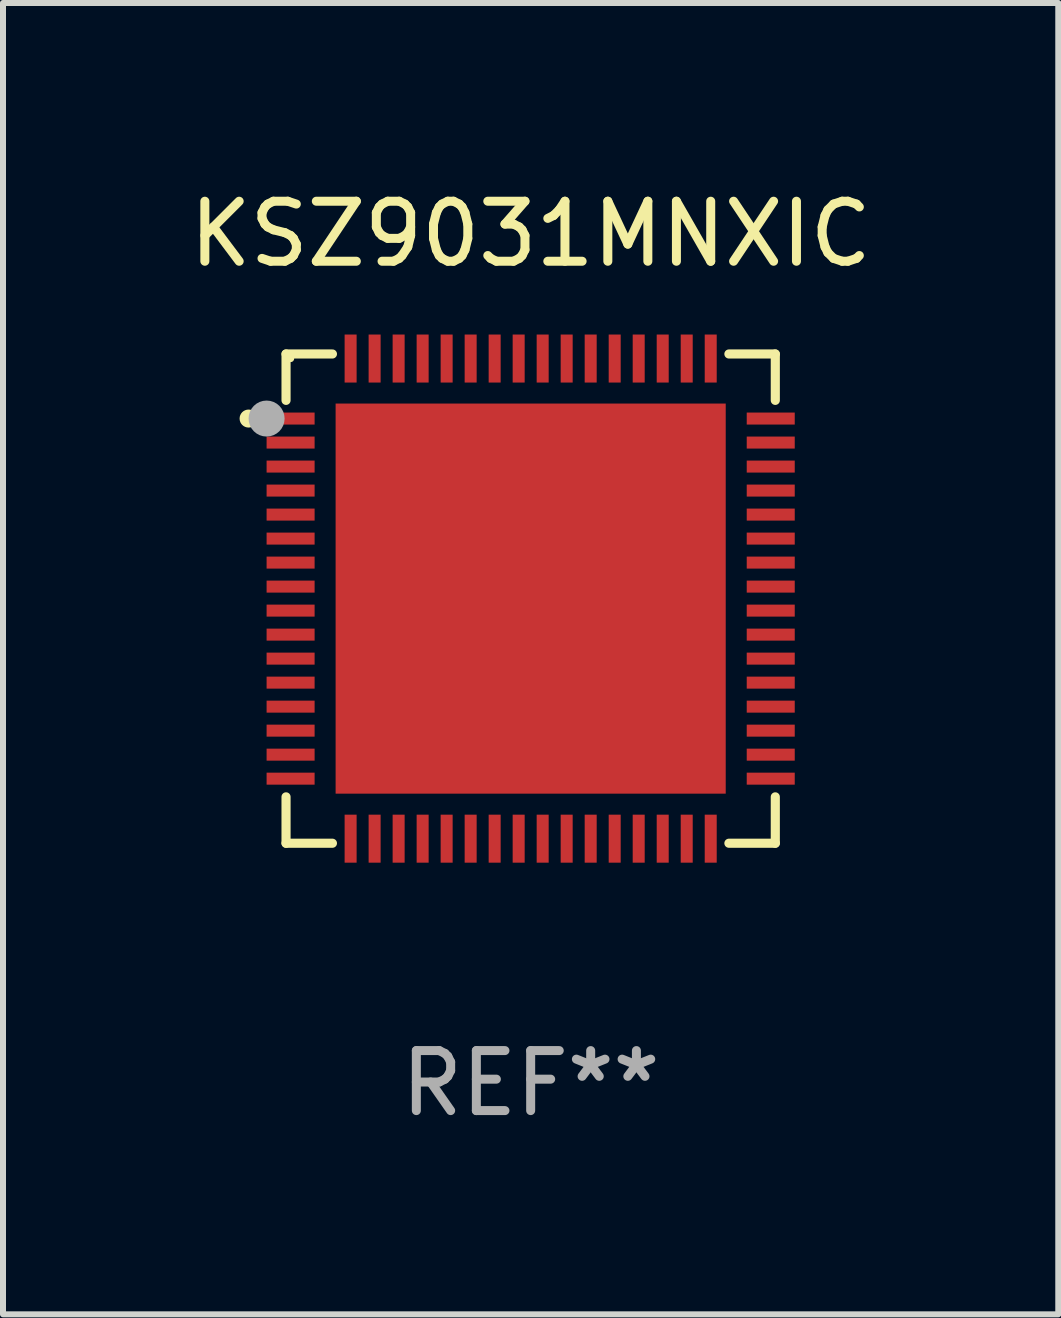
<source format=kicad_pcb>
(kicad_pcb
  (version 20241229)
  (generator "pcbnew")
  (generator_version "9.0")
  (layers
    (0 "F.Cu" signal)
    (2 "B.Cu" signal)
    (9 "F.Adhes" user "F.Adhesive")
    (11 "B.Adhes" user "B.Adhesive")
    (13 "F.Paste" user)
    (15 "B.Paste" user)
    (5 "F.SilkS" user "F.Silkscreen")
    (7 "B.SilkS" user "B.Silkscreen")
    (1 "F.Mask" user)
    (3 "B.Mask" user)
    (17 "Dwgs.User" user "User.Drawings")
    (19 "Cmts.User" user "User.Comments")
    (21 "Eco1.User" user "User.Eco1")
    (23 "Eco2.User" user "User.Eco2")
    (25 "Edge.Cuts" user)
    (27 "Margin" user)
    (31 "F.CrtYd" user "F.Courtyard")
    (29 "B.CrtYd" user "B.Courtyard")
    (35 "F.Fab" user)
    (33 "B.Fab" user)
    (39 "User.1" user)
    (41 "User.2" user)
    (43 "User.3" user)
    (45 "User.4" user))
  (footprint "KSZ9031MNXIC"
    (layer "F.Cu")
    (at 5.792 6.924)
    (property "Reference" "KSZ9031MNXIC" (at 0 -6.076 0) (layer "F.SilkS") (effects (font (size 1 1) (thickness 0.15))))
    (attr through_hole)
    (fp_line (start -4.076 -4.076) (end -3.303 -4.076) (stroke (width 0.152) (type solid)) (layer "F.SilkS"))
    (fp_line (start -4.076 -3.303) (end -4.076 -4.076) (stroke (width 0.152) (type solid)) (layer "F.SilkS"))
    (fp_line (start -4.076 3.303) (end -4.076 4.076) (stroke (width 0.152) (type solid)) (layer "F.SilkS"))
    (fp_line (start -4.076 4.076) (end -3.303 4.076) (stroke (width 0.152) (type solid)) (layer "F.SilkS"))
    (fp_line (start 4.076 -4.076) (end 3.303 -4.076) (stroke (width 0.152) (type solid)) (layer "F.SilkS"))
    (fp_line (start 4.076 -3.303) (end 4.076 -4.076) (stroke (width 0.152) (type solid)) (layer "F.SilkS"))
    (fp_line (start 4.076 3.303) (end 4.076 4.076) (stroke (width 0.152) (type solid)) (layer "F.SilkS"))
    (fp_line (start 4.076 4.076) (end 3.303 4.076) (stroke (width 0.152) (type solid)) (layer "F.SilkS"))
    (fp_circle (center -4.7 -3) (end -4.625 -3) (stroke (width 0.15) (type solid)) (fill no) (layer "F.SilkS"))
    (fp_circle (center -4 -4) (end -3.97 -4) (stroke (width 0.06) (type solid)) (fill no) (layer "F.SilkS"))
    (fp_circle (center -4.4 -3) (end -4.25 -3) (stroke (width 0.3) (type solid)) (fill no) (layer "F.Fab"))
    (fp_text user "REF**" (at 0 8.076 0) (layer "F.Fab") (effects (font (size 1 1) (thickness 0.15))))
    (pad "1" smd rect (at -4 -3) (size 0.8 0.2) (layers "F.Cu" "F.Mask" "F.Paste"))
    (pad "2" smd rect (at -4 -2.6) (size 0.8 0.2) (layers "F.Cu" "F.Mask" "F.Paste"))
    (pad "3" smd rect (at -4 -2.2) (size 0.8 0.2) (layers "F.Cu" "F.Mask" "F.Paste"))
    (pad "4" smd rect (at -4 -1.8) (size 0.8 0.2) (layers "F.Cu" "F.Mask" "F.Paste"))
    (pad "5" smd rect (at -4 -1.4) (size 0.8 0.2) (layers "F.Cu" "F.Mask" "F.Paste"))
    (pad "6" smd rect (at -4 -1) (size 0.8 0.2) (layers "F.Cu" "F.Mask" "F.Paste"))
    (pad "7" smd rect (at -4 -0.6) (size 0.8 0.2) (layers "F.Cu" "F.Mask" "F.Paste"))
    (pad "8" smd rect (at -4 -0.2) (size 0.8 0.2) (layers "F.Cu" "F.Mask" "F.Paste"))
    (pad "9" smd rect (at -4 0.2) (size 0.8 0.2) (layers "F.Cu" "F.Mask" "F.Paste"))
    (pad "10" smd rect (at -4 0.6) (size 0.8 0.2) (layers "F.Cu" "F.Mask" "F.Paste"))
    (pad "11" smd rect (at -4 1) (size 0.8 0.2) (layers "F.Cu" "F.Mask" "F.Paste"))
    (pad "12" smd rect (at -4 1.4) (size 0.8 0.2) (layers "F.Cu" "F.Mask" "F.Paste"))
    (pad "13" smd rect (at -4 1.8) (size 0.8 0.2) (layers "F.Cu" "F.Mask" "F.Paste"))
    (pad "14" smd rect (at -4 2.2) (size 0.8 0.2) (layers "F.Cu" "F.Mask" "F.Paste"))
    (pad "15" smd rect (at -4 2.6) (size 0.8 0.2) (layers "F.Cu" "F.Mask" "F.Paste"))
    (pad "16" smd rect (at -4 3) (size 0.8 0.2) (layers "F.Cu" "F.Mask" "F.Paste"))
    (pad "17" smd rect (at -3 4) (size 0.2 0.8) (layers "F.Cu" "F.Mask" "F.Paste"))
    (pad "18" smd rect (at -2.6 4) (size 0.2 0.8) (layers "F.Cu" "F.Mask" "F.Paste"))
    (pad "19" smd rect (at -2.2 4) (size 0.2 0.8) (layers "F.Cu" "F.Mask" "F.Paste"))
    (pad "20" smd rect (at -1.8 4) (size 0.2 0.8) (layers "F.Cu" "F.Mask" "F.Paste"))
    (pad "21" smd rect (at -1.4 4) (size 0.2 0.8) (layers "F.Cu" "F.Mask" "F.Paste"))
    (pad "22" smd rect (at -1 4) (size 0.2 0.8) (layers "F.Cu" "F.Mask" "F.Paste"))
    (pad "23" smd rect (at -0.6 4) (size 0.2 0.8) (layers "F.Cu" "F.Mask" "F.Paste"))
    (pad "24" smd rect (at -0.2 4) (size 0.2 0.8) (layers "F.Cu" "F.Mask" "F.Paste"))
    (pad "25" smd rect (at 0.2 4) (size 0.2 0.8) (layers "F.Cu" "F.Mask" "F.Paste"))
    (pad "26" smd rect (at 0.6 4) (size 0.2 0.8) (layers "F.Cu" "F.Mask" "F.Paste"))
    (pad "27" smd rect (at 1 4) (size 0.2 0.8) (layers "F.Cu" "F.Mask" "F.Paste"))
    (pad "28" smd rect (at 1.4 4) (size 0.2 0.8) (layers "F.Cu" "F.Mask" "F.Paste"))
    (pad "29" smd rect (at 1.8 4) (size 0.2 0.8) (layers "F.Cu" "F.Mask" "F.Paste"))
    (pad "30" smd rect (at 2.2 4) (size 0.2 0.8) (layers "F.Cu" "F.Mask" "F.Paste"))
    (pad "31" smd rect (at 2.6 4) (size 0.2 0.8) (layers "F.Cu" "F.Mask" "F.Paste"))
    (pad "32" smd rect (at 3 4) (size 0.2 0.8) (layers "F.Cu" "F.Mask" "F.Paste"))
    (pad "33" smd rect (at 4 3) (size 0.8 0.2) (layers "F.Cu" "F.Mask" "F.Paste"))
    (pad "34" smd rect (at 4 2.6) (size 0.8 0.2) (layers "F.Cu" "F.Mask" "F.Paste"))
    (pad "35" smd rect (at 4 2.2) (size 0.8 0.2) (layers "F.Cu" "F.Mask" "F.Paste"))
    (pad "36" smd rect (at 4 1.8) (size 0.8 0.2) (layers "F.Cu" "F.Mask" "F.Paste"))
    (pad "37" smd rect (at 4 1.4) (size 0.8 0.2) (layers "F.Cu" "F.Mask" "F.Paste"))
    (pad "38" smd rect (at 4 1) (size 0.8 0.2) (layers "F.Cu" "F.Mask" "F.Paste"))
    (pad "39" smd rect (at 4 0.6) (size 0.8 0.2) (layers "F.Cu" "F.Mask" "F.Paste"))
    (pad "40" smd rect (at 4 0.2) (size 0.8 0.2) (layers "F.Cu" "F.Mask" "F.Paste"))
    (pad "41" smd rect (at 4 -0.2) (size 0.8 0.2) (layers "F.Cu" "F.Mask" "F.Paste"))
    (pad "42" smd rect (at 4 -0.6) (size 0.8 0.2) (layers "F.Cu" "F.Mask" "F.Paste"))
    (pad "43" smd rect (at 4 -1) (size 0.8 0.2) (layers "F.Cu" "F.Mask" "F.Paste"))
    (pad "44" smd rect (at 4 -1.4) (size 0.8 0.2) (layers "F.Cu" "F.Mask" "F.Paste"))
    (pad "45" smd rect (at 4 -1.8) (size 0.8 0.2) (layers "F.Cu" "F.Mask" "F.Paste"))
    (pad "46" smd rect (at 4 -2.2) (size 0.8 0.2) (layers "F.Cu" "F.Mask" "F.Paste"))
    (pad "47" smd rect (at 4 -2.6) (size 0.8 0.2) (layers "F.Cu" "F.Mask" "F.Paste"))
    (pad "48" smd rect (at 4 -3) (size 0.8 0.2) (layers "F.Cu" "F.Mask" "F.Paste"))
    (pad "49" smd rect (at 3 -4) (size 0.2 0.8) (layers "F.Cu" "F.Mask" "F.Paste"))
    (pad "50" smd rect (at 2.6 -4) (size 0.2 0.8) (layers "F.Cu" "F.Mask" "F.Paste"))
    (pad "51" smd rect (at 2.2 -4) (size 0.2 0.8) (layers "F.Cu" "F.Mask" "F.Paste"))
    (pad "52" smd rect (at 1.8 -4) (size 0.2 0.8) (layers "F.Cu" "F.Mask" "F.Paste"))
    (pad "53" smd rect (at 1.4 -4) (size 0.2 0.8) (layers "F.Cu" "F.Mask" "F.Paste"))
    (pad "54" smd rect (at 1 -4) (size 0.2 0.8) (layers "F.Cu" "F.Mask" "F.Paste"))
    (pad "55" smd rect (at 0.6 -4) (size 0.2 0.8) (layers "F.Cu" "F.Mask" "F.Paste"))
    (pad "56" smd rect (at 0.2 -4) (size 0.2 0.8) (layers "F.Cu" "F.Mask" "F.Paste"))
    (pad "57" smd rect (at -0.2 -4) (size 0.2 0.8) (layers "F.Cu" "F.Mask" "F.Paste"))
    (pad "58" smd rect (at -0.6 -4) (size 0.2 0.8) (layers "F.Cu" "F.Mask" "F.Paste"))
    (pad "59" smd rect (at -1 -4) (size 0.2 0.8) (layers "F.Cu" "F.Mask" "F.Paste"))
    (pad "60" smd rect (at -1.4 -4) (size 0.2 0.8) (layers "F.Cu" "F.Mask" "F.Paste"))
    (pad "61" smd rect (at -1.8 -4) (size 0.2 0.8) (layers "F.Cu" "F.Mask" "F.Paste"))
    (pad "62" smd rect (at -2.2 -4) (size 0.2 0.8) (layers "F.Cu" "F.Mask" "F.Paste"))
    (pad "63" smd rect (at -2.6 -4) (size 0.2 0.8) (layers "F.Cu" "F.Mask" "F.Paste"))
    (pad "64" smd rect (at -3 -4) (size 0.2 0.8) (layers "F.Cu" "F.Mask" "F.Paste"))
    (pad "65" smd rect (at 0 0) (size 6.5 6.5) (layers "F.Cu" "F.Mask" "F.Paste")))
  (gr_rect
    (start -3 -3)
    (end 14.583 18.849)
    (stroke (width 0.1) (type default))
    (fill no)
    (layer "Edge.Cuts")))
</source>
